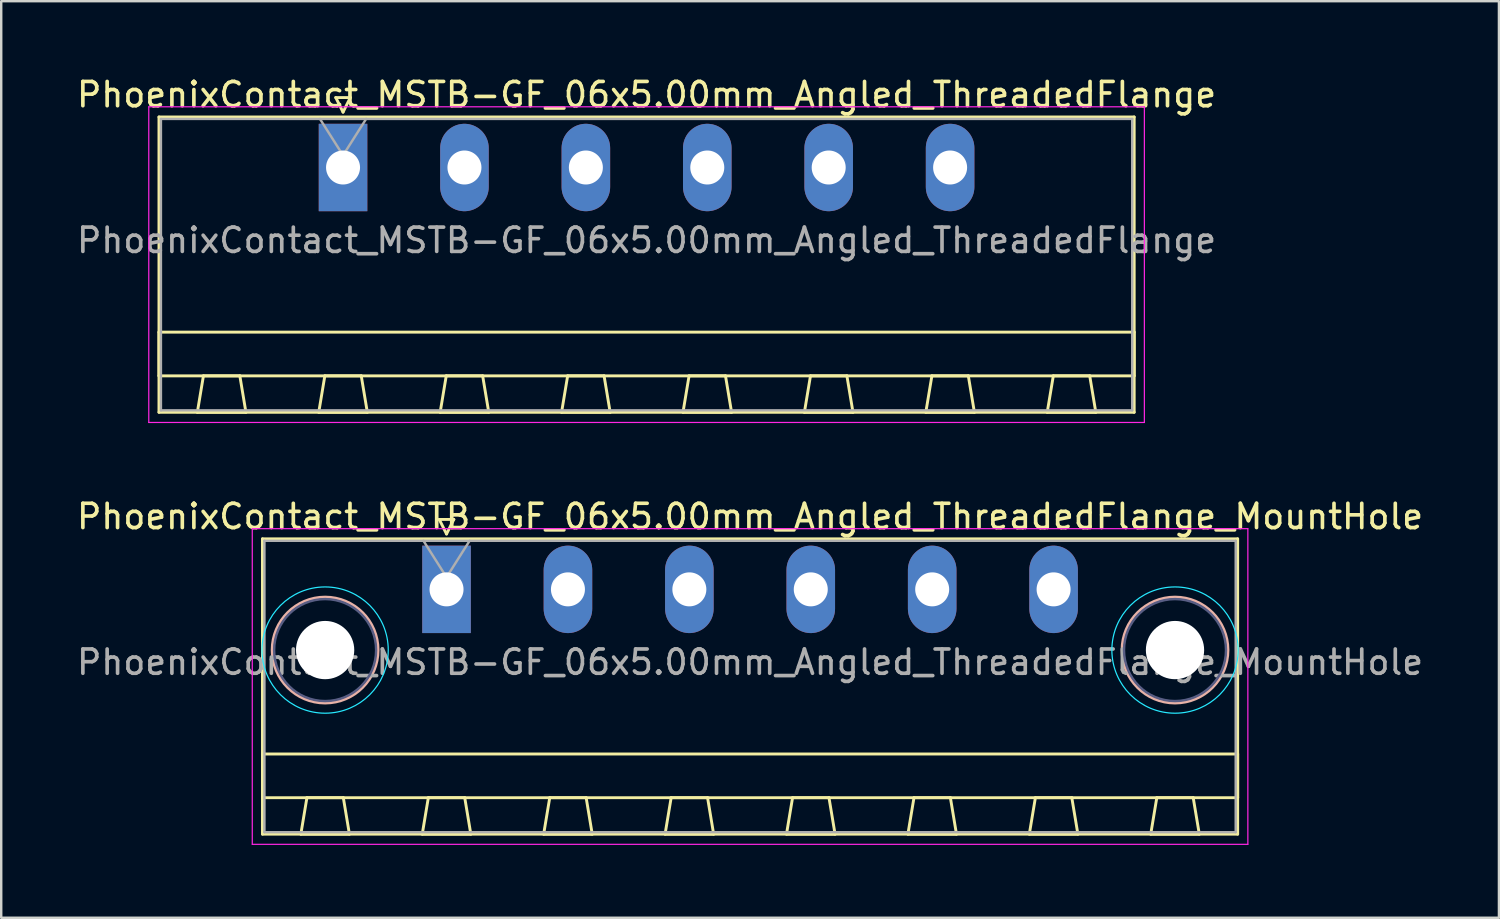
<source format=kicad_pcb>
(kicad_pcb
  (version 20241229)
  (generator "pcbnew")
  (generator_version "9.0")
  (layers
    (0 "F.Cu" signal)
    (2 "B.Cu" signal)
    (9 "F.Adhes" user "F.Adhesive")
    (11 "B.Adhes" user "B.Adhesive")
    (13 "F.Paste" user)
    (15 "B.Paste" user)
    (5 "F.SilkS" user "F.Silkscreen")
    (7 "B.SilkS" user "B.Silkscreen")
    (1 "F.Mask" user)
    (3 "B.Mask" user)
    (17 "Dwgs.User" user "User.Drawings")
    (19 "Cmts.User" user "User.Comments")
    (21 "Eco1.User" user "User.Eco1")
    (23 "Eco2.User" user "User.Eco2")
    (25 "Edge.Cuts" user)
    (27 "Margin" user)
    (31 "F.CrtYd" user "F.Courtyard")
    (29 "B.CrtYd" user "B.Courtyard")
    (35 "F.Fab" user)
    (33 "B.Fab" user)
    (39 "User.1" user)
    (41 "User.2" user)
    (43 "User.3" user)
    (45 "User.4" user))
  (footprint "PhoenixContact_MSTB-GF_06x5.00mm_Angled_ThreadedFlange"
    (layer "F.Cu")
    (at 11.077 3.848)
    (property "Reference" "PhoenixContact_MSTB-GF_06x5.00mm_Angled_ThreadedFlange" (at 12.5 -3 0) (layer "F.SilkS") (effects (font (size 1 1) (thickness 0.15))))
    (attr through_hole)
    (fp_line (start -7.58 -2.08) (end -7.58 10.08) (stroke (width 0.12) (type solid)) (layer "F.SilkS"))
    (fp_line (start -7.58 6.78) (end 32.58 6.78) (stroke (width 0.12) (type solid)) (layer "F.SilkS"))
    (fp_line (start -7.58 8.58) (end -7.58 6.78) (stroke (width 0.12) (type solid)) (layer "F.SilkS"))
    (fp_line (start -7.58 10.08) (end 32.58 10.08) (stroke (width 0.12) (type solid)) (layer "F.SilkS"))
    (fp_line (start -6 10.08) (end -4 10.08) (stroke (width 0.12) (type solid)) (layer "F.SilkS"))
    (fp_line (start -5.75 8.58) (end -6 10.08) (stroke (width 0.12) (type solid)) (layer "F.SilkS"))
    (fp_line (start -4.25 8.58) (end -5.75 8.58) (stroke (width 0.12) (type solid)) (layer "F.SilkS"))
    (fp_line (start -4 10.08) (end -4.25 8.58) (stroke (width 0.12) (type solid)) (layer "F.SilkS"))
    (fp_line (start -1 10.08) (end 1 10.08) (stroke (width 0.12) (type solid)) (layer "F.SilkS"))
    (fp_line (start -0.75 8.58) (end -1 10.08) (stroke (width 0.12) (type solid)) (layer "F.SilkS"))
    (fp_line (start -0.3 -2.88) (end 0.3 -2.88) (stroke (width 0.12) (type solid)) (layer "F.SilkS"))
    (fp_line (start 0 -2.28) (end -0.3 -2.88) (stroke (width 0.12) (type solid)) (layer "F.SilkS"))
    (fp_line (start 0.3 -2.88) (end 0 -2.28) (stroke (width 0.12) (type solid)) (layer "F.SilkS"))
    (fp_line (start 0.75 8.58) (end -0.75 8.58) (stroke (width 0.12) (type solid)) (layer "F.SilkS"))
    (fp_line (start 1 10.08) (end 0.75 8.58) (stroke (width 0.12) (type solid)) (layer "F.SilkS"))
    (fp_line (start 4 10.08) (end 6 10.08) (stroke (width 0.12) (type solid)) (layer "F.SilkS"))
    (fp_line (start 4.25 8.58) (end 4 10.08) (stroke (width 0.12) (type solid)) (layer "F.SilkS"))
    (fp_line (start 5.75 8.58) (end 4.25 8.58) (stroke (width 0.12) (type solid)) (layer "F.SilkS"))
    (fp_line (start 6 10.08) (end 5.75 8.58) (stroke (width 0.12) (type solid)) (layer "F.SilkS"))
    (fp_line (start 9 10.08) (end 11 10.08) (stroke (width 0.12) (type solid)) (layer "F.SilkS"))
    (fp_line (start 9.25 8.58) (end 9 10.08) (stroke (width 0.12) (type solid)) (layer "F.SilkS"))
    (fp_line (start 10.75 8.58) (end 9.25 8.58) (stroke (width 0.12) (type solid)) (layer "F.SilkS"))
    (fp_line (start 11 10.08) (end 10.75 8.58) (stroke (width 0.12) (type solid)) (layer "F.SilkS"))
    (fp_line (start 14 10.08) (end 16 10.08) (stroke (width 0.12) (type solid)) (layer "F.SilkS"))
    (fp_line (start 14.25 8.58) (end 14 10.08) (stroke (width 0.12) (type solid)) (layer "F.SilkS"))
    (fp_line (start 15.75 8.58) (end 14.25 8.58) (stroke (width 0.12) (type solid)) (layer "F.SilkS"))
    (fp_line (start 16 10.08) (end 15.75 8.58) (stroke (width 0.12) (type solid)) (layer "F.SilkS"))
    (fp_line (start 19 10.08) (end 21 10.08) (stroke (width 0.12) (type solid)) (layer "F.SilkS"))
    (fp_line (start 19.25 8.58) (end 19 10.08) (stroke (width 0.12) (type solid)) (layer "F.SilkS"))
    (fp_line (start 20.75 8.58) (end 19.25 8.58) (stroke (width 0.12) (type solid)) (layer "F.SilkS"))
    (fp_line (start 21 10.08) (end 20.75 8.58) (stroke (width 0.12) (type solid)) (layer "F.SilkS"))
    (fp_line (start 24 10.08) (end 26 10.08) (stroke (width 0.12) (type solid)) (layer "F.SilkS"))
    (fp_line (start 24.25 8.58) (end 24 10.08) (stroke (width 0.12) (type solid)) (layer "F.SilkS"))
    (fp_line (start 25.75 8.58) (end 24.25 8.58) (stroke (width 0.12) (type solid)) (layer "F.SilkS"))
    (fp_line (start 26 10.08) (end 25.75 8.58) (stroke (width 0.12) (type solid)) (layer "F.SilkS"))
    (fp_line (start 29 10.08) (end 31 10.08) (stroke (width 0.12) (type solid)) (layer "F.SilkS"))
    (fp_line (start 29.25 8.58) (end 29 10.08) (stroke (width 0.12) (type solid)) (layer "F.SilkS"))
    (fp_line (start 30.75 8.58) (end 29.25 8.58) (stroke (width 0.12) (type solid)) (layer "F.SilkS"))
    (fp_line (start 31 10.08) (end 30.75 8.58) (stroke (width 0.12) (type solid)) (layer "F.SilkS"))
    (fp_line (start 32.58 -2.08) (end -7.58 -2.08) (stroke (width 0.12) (type solid)) (layer "F.SilkS"))
    (fp_line (start 32.58 6.78) (end 32.58 8.58) (stroke (width 0.12) (type solid)) (layer "F.SilkS"))
    (fp_line (start 32.58 8.58) (end -7.58 8.58) (stroke (width 0.12) (type solid)) (layer "F.SilkS"))
    (fp_line (start 32.58 10.08) (end 32.58 -2.08) (stroke (width 0.12) (type solid)) (layer "F.SilkS"))
    (fp_line (start -8 -2.5) (end -8 10.5) (stroke (width 0.05) (type solid)) (layer "F.CrtYd"))
    (fp_line (start -8 10.5) (end 33 10.5) (stroke (width 0.05) (type solid)) (layer "F.CrtYd"))
    (fp_line (start 33 -2.5) (end -8 -2.5) (stroke (width 0.05) (type solid)) (layer "F.CrtYd"))
    (fp_line (start 33 10.5) (end 33 -2.5) (stroke (width 0.05) (type solid)) (layer "F.CrtYd"))
    (fp_line (start -7.5 -2) (end -7.5 10) (stroke (width 0.1) (type solid)) (layer "F.Fab"))
    (fp_line (start -7.5 10) (end 32.5 10) (stroke (width 0.1) (type solid)) (layer "F.Fab"))
    (fp_line (start 0 -0.5) (end -0.95 -2) (stroke (width 0.1) (type solid)) (layer "F.Fab"))
    (fp_line (start 0.95 -2) (end 0 -0.5) (stroke (width 0.1) (type solid)) (layer "F.Fab"))
    (fp_line (start 32.5 -2) (end -7.5 -2) (stroke (width 0.1) (type solid)) (layer "F.Fab"))
    (fp_line (start 32.5 10) (end 32.5 -2) (stroke (width 0.1) (type solid)) (layer "F.Fab"))
    (fp_text user "${REFERENCE}" (at 12.5 3 0) (layer "F.Fab") (effects (font (size 1 1) (thickness 0.15))))
    (pad "1" thru_hole rect (at 0 0) (size 2 3.6) (drill 1.4) (layers "*.Cu" "*.Mask"))
    (pad "2" thru_hole oval (at 5 0) (size 2 3.6) (drill 1.4) (layers "*.Cu" "*.Mask"))
    (pad "3" thru_hole oval (at 10 0) (size 2 3.6) (drill 1.4) (layers "*.Cu" "*.Mask"))
    (pad "4" thru_hole oval (at 15 0) (size 2 3.6) (drill 1.4) (layers "*.Cu" "*.Mask"))
    (pad "5" thru_hole oval (at 20 0) (size 2 3.6) (drill 1.4) (layers "*.Cu" "*.Mask"))
    (pad "6" thru_hole oval (at 25 0) (size 2 3.6) (drill 1.4) (layers "*.Cu" "*.Mask")))
  (footprint "PhoenixContact_MSTB-GF_06x5.00mm_Angled_ThreadedFlange_MountHole"
    (layer "F.Cu")
    (at 15.339 21.221)
    (property "Reference" "PhoenixContact_MSTB-GF_06x5.00mm_Angled_ThreadedFlange_MountHole" (at 12.5 -3 0) (layer "F.SilkS") (effects (font (size 1 1) (thickness 0.15))))
    (attr through_hole)
    (fp_line (start -7.58 -2.08) (end -7.58 10.08) (stroke (width 0.12) (type solid)) (layer "F.SilkS"))
    (fp_line (start -7.58 6.78) (end 32.58 6.78) (stroke (width 0.12) (type solid)) (layer "F.SilkS"))
    (fp_line (start -7.58 8.58) (end -7.58 6.78) (stroke (width 0.12) (type solid)) (layer "F.SilkS"))
    (fp_line (start -7.58 10.08) (end 32.58 10.08) (stroke (width 0.12) (type solid)) (layer "F.SilkS"))
    (fp_line (start -6 10.08) (end -4 10.08) (stroke (width 0.12) (type solid)) (layer "F.SilkS"))
    (fp_line (start -5.75 8.58) (end -6 10.08) (stroke (width 0.12) (type solid)) (layer "F.SilkS"))
    (fp_line (start -4.25 8.58) (end -5.75 8.58) (stroke (width 0.12) (type solid)) (layer "F.SilkS"))
    (fp_line (start -4 10.08) (end -4.25 8.58) (stroke (width 0.12) (type solid)) (layer "F.SilkS"))
    (fp_line (start -1 10.08) (end 1 10.08) (stroke (width 0.12) (type solid)) (layer "F.SilkS"))
    (fp_line (start -0.75 8.58) (end -1 10.08) (stroke (width 0.12) (type solid)) (layer "F.SilkS"))
    (fp_line (start -0.3 -2.88) (end 0.3 -2.88) (stroke (width 0.12) (type solid)) (layer "F.SilkS"))
    (fp_line (start 0 -2.28) (end -0.3 -2.88) (stroke (width 0.12) (type solid)) (layer "F.SilkS"))
    (fp_line (start 0.3 -2.88) (end 0 -2.28) (stroke (width 0.12) (type solid)) (layer "F.SilkS"))
    (fp_line (start 0.75 8.58) (end -0.75 8.58) (stroke (width 0.12) (type solid)) (layer "F.SilkS"))
    (fp_line (start 1 10.08) (end 0.75 8.58) (stroke (width 0.12) (type solid)) (layer "F.SilkS"))
    (fp_line (start 4 10.08) (end 6 10.08) (stroke (width 0.12) (type solid)) (layer "F.SilkS"))
    (fp_line (start 4.25 8.58) (end 4 10.08) (stroke (width 0.12) (type solid)) (layer "F.SilkS"))
    (fp_line (start 5.75 8.58) (end 4.25 8.58) (stroke (width 0.12) (type solid)) (layer "F.SilkS"))
    (fp_line (start 6 10.08) (end 5.75 8.58) (stroke (width 0.12) (type solid)) (layer "F.SilkS"))
    (fp_line (start 9 10.08) (end 11 10.08) (stroke (width 0.12) (type solid)) (layer "F.SilkS"))
    (fp_line (start 9.25 8.58) (end 9 10.08) (stroke (width 0.12) (type solid)) (layer "F.SilkS"))
    (fp_line (start 10.75 8.58) (end 9.25 8.58) (stroke (width 0.12) (type solid)) (layer "F.SilkS"))
    (fp_line (start 11 10.08) (end 10.75 8.58) (stroke (width 0.12) (type solid)) (layer "F.SilkS"))
    (fp_line (start 14 10.08) (end 16 10.08) (stroke (width 0.12) (type solid)) (layer "F.SilkS"))
    (fp_line (start 14.25 8.58) (end 14 10.08) (stroke (width 0.12) (type solid)) (layer "F.SilkS"))
    (fp_line (start 15.75 8.58) (end 14.25 8.58) (stroke (width 0.12) (type solid)) (layer "F.SilkS"))
    (fp_line (start 16 10.08) (end 15.75 8.58) (stroke (width 0.12) (type solid)) (layer "F.SilkS"))
    (fp_line (start 19 10.08) (end 21 10.08) (stroke (width 0.12) (type solid)) (layer "F.SilkS"))
    (fp_line (start 19.25 8.58) (end 19 10.08) (stroke (width 0.12) (type solid)) (layer "F.SilkS"))
    (fp_line (start 20.75 8.58) (end 19.25 8.58) (stroke (width 0.12) (type solid)) (layer "F.SilkS"))
    (fp_line (start 21 10.08) (end 20.75 8.58) (stroke (width 0.12) (type solid)) (layer "F.SilkS"))
    (fp_line (start 24 10.08) (end 26 10.08) (stroke (width 0.12) (type solid)) (layer "F.SilkS"))
    (fp_line (start 24.25 8.58) (end 24 10.08) (stroke (width 0.12) (type solid)) (layer "F.SilkS"))
    (fp_line (start 25.75 8.58) (end 24.25 8.58) (stroke (width 0.12) (type solid)) (layer "F.SilkS"))
    (fp_line (start 26 10.08) (end 25.75 8.58) (stroke (width 0.12) (type solid)) (layer "F.SilkS"))
    (fp_line (start 29 10.08) (end 31 10.08) (stroke (width 0.12) (type solid)) (layer "F.SilkS"))
    (fp_line (start 29.25 8.58) (end 29 10.08) (stroke (width 0.12) (type solid)) (layer "F.SilkS"))
    (fp_line (start 30.75 8.58) (end 29.25 8.58) (stroke (width 0.12) (type solid)) (layer "F.SilkS"))
    (fp_line (start 31 10.08) (end 30.75 8.58) (stroke (width 0.12) (type solid)) (layer "F.SilkS"))
    (fp_line (start 32.58 -2.08) (end -7.58 -2.08) (stroke (width 0.12) (type solid)) (layer "F.SilkS"))
    (fp_line (start 32.58 6.78) (end 32.58 8.58) (stroke (width 0.12) (type solid)) (layer "F.SilkS"))
    (fp_line (start 32.58 8.58) (end -7.58 8.58) (stroke (width 0.12) (type solid)) (layer "F.SilkS"))
    (fp_line (start 32.58 10.08) (end 32.58 -2.08) (stroke (width 0.12) (type solid)) (layer "F.SilkS"))
    (fp_circle (center -5 2.5) (end -2.82 2.5) (stroke (width 0.12) (type solid)) (fill no) (layer "B.SilkS"))
    (fp_circle (center 30 2.5) (end 32.18 2.5) (stroke (width 0.12) (type solid)) (fill no) (layer "B.SilkS"))
    (fp_circle (center -5 2.5) (end -2.4 2.5) (stroke (width 0.05) (type solid)) (fill no) (layer "B.CrtYd"))
    (fp_circle (center 30 2.5) (end 32.6 2.5) (stroke (width 0.05) (type solid)) (fill no) (layer "B.CrtYd"))
    (fp_line (start -8 -2.5) (end -8 10.5) (stroke (width 0.05) (type solid)) (layer "F.CrtYd"))
    (fp_line (start -8 10.5) (end 33 10.5) (stroke (width 0.05) (type solid)) (layer "F.CrtYd"))
    (fp_line (start 33 -2.5) (end -8 -2.5) (stroke (width 0.05) (type solid)) (layer "F.CrtYd"))
    (fp_line (start 33 10.5) (end 33 -2.5) (stroke (width 0.05) (type solid)) (layer "F.CrtYd"))
    (fp_circle (center -5 2.5) (end -2.9 2.5) (stroke (width 0.1) (type solid)) (fill no) (layer "B.Fab"))
    (fp_circle (center 30 2.5) (end 32.1 2.5) (stroke (width 0.1) (type solid)) (fill no) (layer "B.Fab"))
    (fp_line (start -7.5 -2) (end -7.5 10) (stroke (width 0.1) (type solid)) (layer "F.Fab"))
    (fp_line (start -7.5 10) (end 32.5 10) (stroke (width 0.1) (type solid)) (layer "F.Fab"))
    (fp_line (start 0 -0.5) (end -0.95 -2) (stroke (width 0.1) (type solid)) (layer "F.Fab"))
    (fp_line (start 0.95 -2) (end 0 -0.5) (stroke (width 0.1) (type solid)) (layer "F.Fab"))
    (fp_line (start 32.5 -2) (end -7.5 -2) (stroke (width 0.1) (type solid)) (layer "F.Fab"))
    (fp_line (start 32.5 10) (end 32.5 -2) (stroke (width 0.1) (type solid)) (layer "F.Fab"))
    (fp_text user "${REFERENCE}" (at 12.5 3 0) (layer "F.Fab") (effects (font (size 1 1) (thickness 0.15))))
    (pad "" np_thru_hole circle (at -5 2.5) (size 2.4 2.4) (drill 2.4) (layers "*.Cu" "*.Mask"))
    (pad "" np_thru_hole circle (at 30 2.5) (size 2.4 2.4) (drill 2.4) (layers "*.Cu" "*.Mask"))
    (pad "1" thru_hole rect (at 0 0) (size 2 3.6) (drill 1.4) (layers "*.Cu" "*.Mask"))
    (pad "2" thru_hole oval (at 5 0) (size 2 3.6) (drill 1.4) (layers "*.Cu" "*.Mask"))
    (pad "3" thru_hole oval (at 10 0) (size 2 3.6) (drill 1.4) (layers "*.Cu" "*.Mask"))
    (pad "4" thru_hole oval (at 15 0) (size 2 3.6) (drill 1.4) (layers "*.Cu" "*.Mask"))
    (pad "5" thru_hole oval (at 20 0) (size 2 3.6) (drill 1.4) (layers "*.Cu" "*.Mask"))
    (pad "6" thru_hole oval (at 25 0) (size 2 3.6) (drill 1.4) (layers "*.Cu" "*.Mask")))
  (gr_rect
    (start -3 -3)
    (end 58.679 34.746)
    (stroke (width 0.1) (type default))
    (fill no)
    (layer "Edge.Cuts")))
</source>
